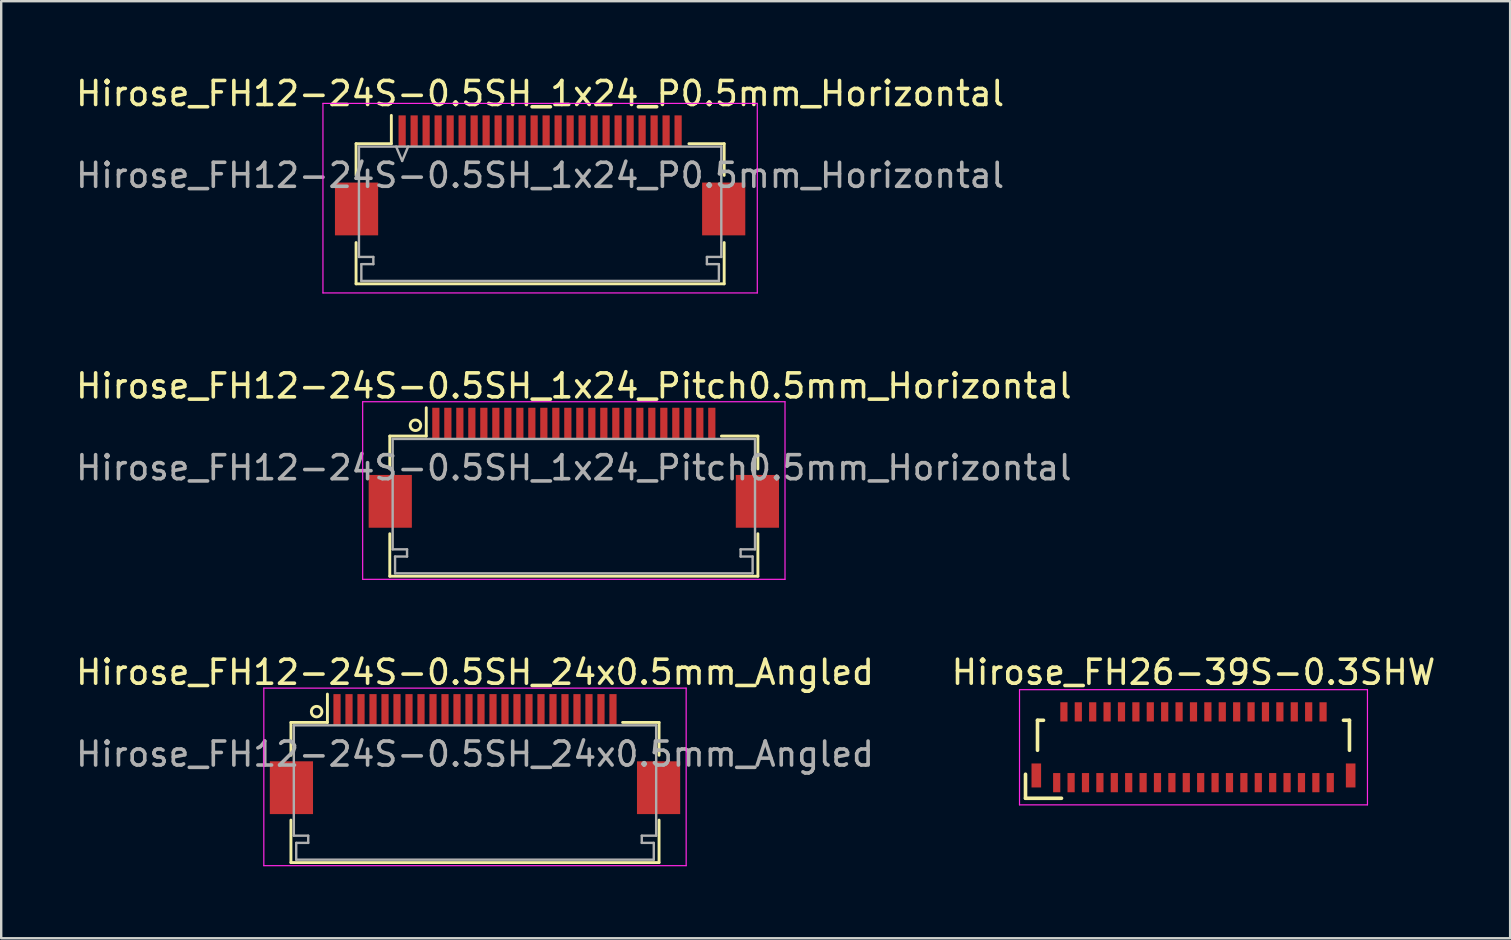
<source format=kicad_pcb>
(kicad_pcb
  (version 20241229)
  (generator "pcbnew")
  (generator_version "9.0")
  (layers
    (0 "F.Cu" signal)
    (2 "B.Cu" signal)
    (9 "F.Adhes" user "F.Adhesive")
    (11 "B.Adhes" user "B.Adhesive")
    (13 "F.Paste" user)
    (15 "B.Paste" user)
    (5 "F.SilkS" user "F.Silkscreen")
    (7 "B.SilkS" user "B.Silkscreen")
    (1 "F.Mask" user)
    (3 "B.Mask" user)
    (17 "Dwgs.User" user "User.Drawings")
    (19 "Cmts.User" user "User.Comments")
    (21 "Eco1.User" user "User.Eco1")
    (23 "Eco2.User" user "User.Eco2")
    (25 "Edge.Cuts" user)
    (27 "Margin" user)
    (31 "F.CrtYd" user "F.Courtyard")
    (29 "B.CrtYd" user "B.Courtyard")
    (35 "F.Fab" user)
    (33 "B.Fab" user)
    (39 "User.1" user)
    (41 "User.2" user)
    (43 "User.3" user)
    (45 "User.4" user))
  (footprint "Hirose_FH12-24S-0.5SH_24x0.5mm_Angled"
    (layer "F.Cu")
    (at 16.744 28.375)
    (property "Reference" "Hirose_FH12-24S-0.5SH_24x0.5mm_Angled" (at 0 -3.41 180) (layer "F.SilkS") (effects (font (size 1 1) (thickness 0.15))))
    (attr smd)
    (fp_line (start -7.67 -1.32) (end -6.15 -1.32) (stroke (width 0.12) (type solid)) (layer "F.SilkS"))
    (fp_line (start -7.67 0.05) (end -7.67 -1.32) (stroke (width 0.12) (type solid)) (layer "F.SilkS"))
    (fp_line (start -7.67 2.75) (end -7.67 4.52) (stroke (width 0.12) (type solid)) (layer "F.SilkS"))
    (fp_line (start -7.67 4.52) (end 7.67 4.52) (stroke (width 0.12) (type solid)) (layer "F.SilkS"))
    (fp_line (start -6.15 -1.32) (end -6.15 -2.5) (stroke (width 0.12) (type solid)) (layer "F.SilkS"))
    (fp_line (start 6.15 -1.32) (end 7.67 -1.32) (stroke (width 0.12) (type solid)) (layer "F.SilkS"))
    (fp_line (start 7.67 -1.32) (end 7.67 0.05) (stroke (width 0.12) (type solid)) (layer "F.SilkS"))
    (fp_line (start 7.67 4.52) (end 7.67 2.75) (stroke (width 0.12) (type solid)) (layer "F.SilkS"))
    (fp_circle (center -6.6 -1.77) (end -6.4 -1.86) (stroke (width 0.12) (type solid)) (fill no) (layer "F.SilkS"))
    (fp_line (start -8.8 -2.75) (end 8.8 -2.75) (stroke (width 0.05) (type solid)) (layer "F.CrtYd"))
    (fp_line (start -8.8 4.65) (end -8.8 -2.75) (stroke (width 0.05) (type solid)) (layer "F.CrtYd"))
    (fp_line (start 8.8 -2.75) (end 8.8 4.65) (stroke (width 0.05) (type solid)) (layer "F.CrtYd"))
    (fp_line (start 8.8 4.65) (end -8.8 4.65) (stroke (width 0.05) (type solid)) (layer "F.CrtYd"))
    (fp_line (start -7.55 -1.2) (end 7.55 -1.2) (stroke (width 0.1) (type solid)) (layer "F.Fab"))
    (fp_line (start -7.55 3.4) (end -7.55 -1.2) (stroke (width 0.1) (type solid)) (layer "F.Fab"))
    (fp_line (start -7.45 3.7) (end -7.45 4.4) (stroke (width 0.1) (type solid)) (layer "F.Fab"))
    (fp_line (start -7.45 3.7) (end -6.95 3.7) (stroke (width 0.1) (type solid)) (layer "F.Fab"))
    (fp_line (start -6.95 3.4) (end -7.55 3.4) (stroke (width 0.1) (type solid)) (layer "F.Fab"))
    (fp_line (start -6.95 3.7) (end -6.95 3.4) (stroke (width 0.1) (type solid)) (layer "F.Fab"))
    (fp_line (start 6.95 3.4) (end 6.95 3.7) (stroke (width 0.1) (type solid)) (layer "F.Fab"))
    (fp_line (start 7.45 3.7) (end 6.95 3.7) (stroke (width 0.1) (type solid)) (layer "F.Fab"))
    (fp_line (start 7.45 3.7) (end 7.45 4.4) (stroke (width 0.1) (type solid)) (layer "F.Fab"))
    (fp_line (start 7.45 4.4) (end -7.45 4.4) (stroke (width 0.1) (type solid)) (layer "F.Fab"))
    (fp_line (start 7.55 -1.2) (end 7.55 3.4) (stroke (width 0.1) (type solid)) (layer "F.Fab"))
    (fp_line (start 7.55 3.4) (end 6.95 3.4) (stroke (width 0.1) (type solid)) (layer "F.Fab"))
    (fp_text user "${REFERENCE}" (at 0 0 0) (layer "F.Fab") (effects (font (size 1 1) (thickness 0.15))))
    (pad "" smd rect (at -7.65 1.4) (size 1.8 2.2) (layers "F.Cu" "F.Mask" "F.Paste"))
    (pad "" smd rect (at 7.65 1.4) (size 1.8 2.2) (layers "F.Cu" "F.Mask" "F.Paste"))
    (pad "1" smd rect (at -5.75 -1.85) (size 0.3 1.3) (layers "F.Cu" "F.Mask" "F.Paste"))
    (pad "2" smd rect (at -5.25 -1.85) (size 0.3 1.3) (layers "F.Cu" "F.Mask" "F.Paste"))
    (pad "3" smd rect (at -4.75 -1.85) (size 0.3 1.3) (layers "F.Cu" "F.Mask" "F.Paste"))
    (pad "4" smd rect (at -4.25 -1.85) (size 0.3 1.3) (layers "F.Cu" "F.Mask" "F.Paste"))
    (pad "5" smd rect (at -3.75 -1.85) (size 0.3 1.3) (layers "F.Cu" "F.Mask" "F.Paste"))
    (pad "6" smd rect (at -3.25 -1.85) (size 0.3 1.3) (layers "F.Cu" "F.Mask" "F.Paste"))
    (pad "7" smd rect (at -2.75 -1.85) (size 0.3 1.3) (layers "F.Cu" "F.Mask" "F.Paste"))
    (pad "8" smd rect (at -2.25 -1.85) (size 0.3 1.3) (layers "F.Cu" "F.Mask" "F.Paste"))
    (pad "9" smd rect (at -1.75 -1.85) (size 0.3 1.3) (layers "F.Cu" "F.Mask" "F.Paste"))
    (pad "10" smd rect (at -1.25 -1.85) (size 0.3 1.3) (layers "F.Cu" "F.Mask" "F.Paste"))
    (pad "11" smd rect (at -0.75 -1.85) (size 0.3 1.3) (layers "F.Cu" "F.Mask" "F.Paste"))
    (pad "12" smd rect (at -0.25 -1.85) (size 0.3 1.3) (layers "F.Cu" "F.Mask" "F.Paste"))
    (pad "13" smd rect (at 0.25 -1.85) (size 0.3 1.3) (layers "F.Cu" "F.Mask" "F.Paste"))
    (pad "14" smd rect (at 0.75 -1.85) (size 0.3 1.3) (layers "F.Cu" "F.Mask" "F.Paste"))
    (pad "15" smd rect (at 1.25 -1.85) (size 0.3 1.3) (layers "F.Cu" "F.Mask" "F.Paste"))
    (pad "16" smd rect (at 1.75 -1.85) (size 0.3 1.3) (layers "F.Cu" "F.Mask" "F.Paste"))
    (pad "17" smd rect (at 2.25 -1.85) (size 0.3 1.3) (layers "F.Cu" "F.Mask" "F.Paste"))
    (pad "18" smd rect (at 2.75 -1.85) (size 0.3 1.3) (layers "F.Cu" "F.Mask" "F.Paste"))
    (pad "19" smd rect (at 3.25 -1.85) (size 0.3 1.3) (layers "F.Cu" "F.Mask" "F.Paste"))
    (pad "20" smd rect (at 3.75 -1.85) (size 0.3 1.3) (layers "F.Cu" "F.Mask" "F.Paste"))
    (pad "21" smd rect (at 4.25 -1.85) (size 0.3 1.3) (layers "F.Cu" "F.Mask" "F.Paste"))
    (pad "22" smd rect (at 4.75 -1.85) (size 0.3 1.3) (layers "F.Cu" "F.Mask" "F.Paste"))
    (pad "23" smd rect (at 5.25 -1.85) (size 0.3 1.3) (layers "F.Cu" "F.Mask" "F.Paste"))
    (pad "24" smd rect (at 5.75 -1.85) (size 0.3 1.3) (layers "F.Cu" "F.Mask" "F.Paste")))
  (footprint "Hirose_FH12-24S-0.5SH_1x24_P0.5mm_Horizontal"
    (layer "F.Cu")
    (at 19.458 4.258)
    (property "Reference" "Hirose_FH12-24S-0.5SH_1x24_P0.5mm_Horizontal" (at 0 -3.41 180) (layer "F.SilkS") (effects (font (size 1 1) (thickness 0.15))))
    (attr smd)
    (fp_line (start -7.67 -1.32) (end -6.2 -1.32) (stroke (width 0.12) (type solid)) (layer "F.SilkS"))
    (fp_line (start -7.67 0) (end -7.67 -1.32) (stroke (width 0.12) (type solid)) (layer "F.SilkS"))
    (fp_line (start -7.67 2.8) (end -7.67 4.52) (stroke (width 0.12) (type solid)) (layer "F.SilkS"))
    (fp_line (start -7.67 4.52) (end 7.67 4.52) (stroke (width 0.12) (type solid)) (layer "F.SilkS"))
    (fp_line (start -6.2 -1.32) (end -6.2 -2.5) (stroke (width 0.12) (type solid)) (layer "F.SilkS"))
    (fp_line (start 6.2 -1.32) (end 7.67 -1.32) (stroke (width 0.12) (type solid)) (layer "F.SilkS"))
    (fp_line (start 7.67 -1.32) (end 7.67 0) (stroke (width 0.12) (type solid)) (layer "F.SilkS"))
    (fp_line (start 7.67 4.52) (end 7.67 2.8) (stroke (width 0.12) (type solid)) (layer "F.SilkS"))
    (fp_line (start -9.05 -3) (end 9.05 -3) (stroke (width 0.05) (type solid)) (layer "F.CrtYd"))
    (fp_line (start -9.05 4.9) (end -9.05 -3) (stroke (width 0.05) (type solid)) (layer "F.CrtYd"))
    (fp_line (start 9.05 -3) (end 9.05 4.9) (stroke (width 0.05) (type solid)) (layer "F.CrtYd"))
    (fp_line (start 9.05 4.9) (end -9.05 4.9) (stroke (width 0.05) (type solid)) (layer "F.CrtYd"))
    (fp_line (start -7.55 -1.2) (end 7.55 -1.2) (stroke (width 0.1) (type solid)) (layer "F.Fab"))
    (fp_line (start -7.55 3.4) (end -7.55 -1.2) (stroke (width 0.1) (type solid)) (layer "F.Fab"))
    (fp_line (start -7.45 3.7) (end -7.45 4.4) (stroke (width 0.1) (type solid)) (layer "F.Fab"))
    (fp_line (start -7.45 3.7) (end -6.95 3.7) (stroke (width 0.1) (type solid)) (layer "F.Fab"))
    (fp_line (start -6.95 3.4) (end -7.55 3.4) (stroke (width 0.1) (type solid)) (layer "F.Fab"))
    (fp_line (start -6.95 3.7) (end -6.95 3.4) (stroke (width 0.1) (type solid)) (layer "F.Fab"))
    (fp_line (start -6 -1.2) (end -5.75 -0.6) (stroke (width 0.1) (type solid)) (layer "F.Fab"))
    (fp_line (start -5.75 -0.6) (end -5.5 -1.2) (stroke (width 0.1) (type solid)) (layer "F.Fab"))
    (fp_line (start 6.95 3.4) (end 6.95 3.7) (stroke (width 0.1) (type solid)) (layer "F.Fab"))
    (fp_line (start 7.45 3.7) (end 6.95 3.7) (stroke (width 0.1) (type solid)) (layer "F.Fab"))
    (fp_line (start 7.45 3.7) (end 7.45 4.4) (stroke (width 0.1) (type solid)) (layer "F.Fab"))
    (fp_line (start 7.45 4.4) (end -7.45 4.4) (stroke (width 0.1) (type solid)) (layer "F.Fab"))
    (fp_line (start 7.55 -1.2) (end 7.55 3.4) (stroke (width 0.1) (type solid)) (layer "F.Fab"))
    (fp_line (start 7.55 3.4) (end 6.95 3.4) (stroke (width 0.1) (type solid)) (layer "F.Fab"))
    (fp_text user "${REFERENCE}" (at 0 0 0) (layer "F.Fab") (effects (font (size 1 1) (thickness 0.15))))
    (pad "" smd rect (at -7.65 1.4) (size 1.8 2.2) (layers "F.Cu" "F.Mask" "F.Paste"))
    (pad "" smd rect (at 7.65 1.4) (size 1.8 2.2) (layers "F.Cu" "F.Mask" "F.Paste"))
    (pad "1" smd rect (at -5.75 -1.85) (size 0.3 1.3) (layers "F.Cu" "F.Mask" "F.Paste"))
    (pad "2" smd rect (at -5.25 -1.85) (size 0.3 1.3) (layers "F.Cu" "F.Mask" "F.Paste"))
    (pad "3" smd rect (at -4.75 -1.85) (size 0.3 1.3) (layers "F.Cu" "F.Mask" "F.Paste"))
    (pad "4" smd rect (at -4.25 -1.85) (size 0.3 1.3) (layers "F.Cu" "F.Mask" "F.Paste"))
    (pad "5" smd rect (at -3.75 -1.85) (size 0.3 1.3) (layers "F.Cu" "F.Mask" "F.Paste"))
    (pad "6" smd rect (at -3.25 -1.85) (size 0.3 1.3) (layers "F.Cu" "F.Mask" "F.Paste"))
    (pad "7" smd rect (at -2.75 -1.85) (size 0.3 1.3) (layers "F.Cu" "F.Mask" "F.Paste"))
    (pad "8" smd rect (at -2.25 -1.85) (size 0.3 1.3) (layers "F.Cu" "F.Mask" "F.Paste"))
    (pad "9" smd rect (at -1.75 -1.85) (size 0.3 1.3) (layers "F.Cu" "F.Mask" "F.Paste"))
    (pad "10" smd rect (at -1.25 -1.85) (size 0.3 1.3) (layers "F.Cu" "F.Mask" "F.Paste"))
    (pad "11" smd rect (at -0.75 -1.85) (size 0.3 1.3) (layers "F.Cu" "F.Mask" "F.Paste"))
    (pad "12" smd rect (at -0.25 -1.85) (size 0.3 1.3) (layers "F.Cu" "F.Mask" "F.Paste"))
    (pad "13" smd rect (at 0.25 -1.85) (size 0.3 1.3) (layers "F.Cu" "F.Mask" "F.Paste"))
    (pad "14" smd rect (at 0.75 -1.85) (size 0.3 1.3) (layers "F.Cu" "F.Mask" "F.Paste"))
    (pad "15" smd rect (at 1.25 -1.85) (size 0.3 1.3) (layers "F.Cu" "F.Mask" "F.Paste"))
    (pad "16" smd rect (at 1.75 -1.85) (size 0.3 1.3) (layers "F.Cu" "F.Mask" "F.Paste"))
    (pad "17" smd rect (at 2.25 -1.85) (size 0.3 1.3) (layers "F.Cu" "F.Mask" "F.Paste"))
    (pad "18" smd rect (at 2.75 -1.85) (size 0.3 1.3) (layers "F.Cu" "F.Mask" "F.Paste"))
    (pad "19" smd rect (at 3.25 -1.85) (size 0.3 1.3) (layers "F.Cu" "F.Mask" "F.Paste"))
    (pad "20" smd rect (at 3.75 -1.85) (size 0.3 1.3) (layers "F.Cu" "F.Mask" "F.Paste"))
    (pad "21" smd rect (at 4.25 -1.85) (size 0.3 1.3) (layers "F.Cu" "F.Mask" "F.Paste"))
    (pad "22" smd rect (at 4.75 -1.85) (size 0.3 1.3) (layers "F.Cu" "F.Mask" "F.Paste"))
    (pad "23" smd rect (at 5.25 -1.85) (size 0.3 1.3) (layers "F.Cu" "F.Mask" "F.Paste"))
    (pad "24" smd rect (at 5.75 -1.85) (size 0.3 1.3) (layers "F.Cu" "F.Mask" "F.Paste")))
  (footprint "Hirose_FH12-24S-0.5SH_1x24_Pitch0.5mm_Horizontal"
    (layer "F.Cu")
    (at 20.863 16.442)
    (property "Reference" "Hirose_FH12-24S-0.5SH_1x24_Pitch0.5mm_Horizontal" (at 0 -3.41 180) (layer "F.SilkS") (effects (font (size 1 1) (thickness 0.15))))
    (attr smd)
    (fp_line (start -7.67 -1.32) (end -6.15 -1.32) (stroke (width 0.12) (type solid)) (layer "F.SilkS"))
    (fp_line (start -7.67 0.05) (end -7.67 -1.32) (stroke (width 0.12) (type solid)) (layer "F.SilkS"))
    (fp_line (start -7.67 2.75) (end -7.67 4.52) (stroke (width 0.12) (type solid)) (layer "F.SilkS"))
    (fp_line (start -7.67 4.52) (end 7.67 4.52) (stroke (width 0.12) (type solid)) (layer "F.SilkS"))
    (fp_line (start -6.15 -1.32) (end -6.15 -2.5) (stroke (width 0.12) (type solid)) (layer "F.SilkS"))
    (fp_line (start 6.15 -1.32) (end 7.67 -1.32) (stroke (width 0.12) (type solid)) (layer "F.SilkS"))
    (fp_line (start 7.67 -1.32) (end 7.67 0.05) (stroke (width 0.12) (type solid)) (layer "F.SilkS"))
    (fp_line (start 7.67 4.52) (end 7.67 2.75) (stroke (width 0.12) (type solid)) (layer "F.SilkS"))
    (fp_circle (center -6.6 -1.77) (end -6.4 -1.86) (stroke (width 0.12) (type solid)) (fill no) (layer "F.SilkS"))
    (fp_line (start -8.8 -2.75) (end 8.8 -2.75) (stroke (width 0.05) (type solid)) (layer "F.CrtYd"))
    (fp_line (start -8.8 4.65) (end -8.8 -2.75) (stroke (width 0.05) (type solid)) (layer "F.CrtYd"))
    (fp_line (start 8.8 -2.75) (end 8.8 4.65) (stroke (width 0.05) (type solid)) (layer "F.CrtYd"))
    (fp_line (start 8.8 4.65) (end -8.8 4.65) (stroke (width 0.05) (type solid)) (layer "F.CrtYd"))
    (fp_line (start -7.55 -1.2) (end 7.55 -1.2) (stroke (width 0.1) (type solid)) (layer "F.Fab"))
    (fp_line (start -7.55 3.4) (end -7.55 -1.2) (stroke (width 0.1) (type solid)) (layer "F.Fab"))
    (fp_line (start -7.45 3.7) (end -7.45 4.4) (stroke (width 0.1) (type solid)) (layer "F.Fab"))
    (fp_line (start -7.45 3.7) (end -6.95 3.7) (stroke (width 0.1) (type solid)) (layer "F.Fab"))
    (fp_line (start -6.95 3.4) (end -7.55 3.4) (stroke (width 0.1) (type solid)) (layer "F.Fab"))
    (fp_line (start -6.95 3.7) (end -6.95 3.4) (stroke (width 0.1) (type solid)) (layer "F.Fab"))
    (fp_line (start 6.95 3.4) (end 6.95 3.7) (stroke (width 0.1) (type solid)) (layer "F.Fab"))
    (fp_line (start 7.45 3.7) (end 6.95 3.7) (stroke (width 0.1) (type solid)) (layer "F.Fab"))
    (fp_line (start 7.45 3.7) (end 7.45 4.4) (stroke (width 0.1) (type solid)) (layer "F.Fab"))
    (fp_line (start 7.45 4.4) (end -7.45 4.4) (stroke (width 0.1) (type solid)) (layer "F.Fab"))
    (fp_line (start 7.55 -1.2) (end 7.55 3.4) (stroke (width 0.1) (type solid)) (layer "F.Fab"))
    (fp_line (start 7.55 3.4) (end 6.95 3.4) (stroke (width 0.1) (type solid)) (layer "F.Fab"))
    (fp_text user "${REFERENCE}" (at 0 0 0) (layer "F.Fab") (effects (font (size 1 1) (thickness 0.15))))
    (pad "" smd rect (at -7.65 1.4) (size 1.8 2.2) (layers "F.Cu" "F.Mask" "F.Paste"))
    (pad "" smd rect (at 7.65 1.4) (size 1.8 2.2) (layers "F.Cu" "F.Mask" "F.Paste"))
    (pad "1" smd rect (at -5.75 -1.85) (size 0.3 1.3) (layers "F.Cu" "F.Mask" "F.Paste"))
    (pad "2" smd rect (at -5.25 -1.85) (size 0.3 1.3) (layers "F.Cu" "F.Mask" "F.Paste"))
    (pad "3" smd rect (at -4.75 -1.85) (size 0.3 1.3) (layers "F.Cu" "F.Mask" "F.Paste"))
    (pad "4" smd rect (at -4.25 -1.85) (size 0.3 1.3) (layers "F.Cu" "F.Mask" "F.Paste"))
    (pad "5" smd rect (at -3.75 -1.85) (size 0.3 1.3) (layers "F.Cu" "F.Mask" "F.Paste"))
    (pad "6" smd rect (at -3.25 -1.85) (size 0.3 1.3) (layers "F.Cu" "F.Mask" "F.Paste"))
    (pad "7" smd rect (at -2.75 -1.85) (size 0.3 1.3) (layers "F.Cu" "F.Mask" "F.Paste"))
    (pad "8" smd rect (at -2.25 -1.85) (size 0.3 1.3) (layers "F.Cu" "F.Mask" "F.Paste"))
    (pad "9" smd rect (at -1.75 -1.85) (size 0.3 1.3) (layers "F.Cu" "F.Mask" "F.Paste"))
    (pad "10" smd rect (at -1.25 -1.85) (size 0.3 1.3) (layers "F.Cu" "F.Mask" "F.Paste"))
    (pad "11" smd rect (at -0.75 -1.85) (size 0.3 1.3) (layers "F.Cu" "F.Mask" "F.Paste"))
    (pad "12" smd rect (at -0.25 -1.85) (size 0.3 1.3) (layers "F.Cu" "F.Mask" "F.Paste"))
    (pad "13" smd rect (at 0.25 -1.85) (size 0.3 1.3) (layers "F.Cu" "F.Mask" "F.Paste"))
    (pad "14" smd rect (at 0.75 -1.85) (size 0.3 1.3) (layers "F.Cu" "F.Mask" "F.Paste"))
    (pad "15" smd rect (at 1.25 -1.85) (size 0.3 1.3) (layers "F.Cu" "F.Mask" "F.Paste"))
    (pad "16" smd rect (at 1.75 -1.85) (size 0.3 1.3) (layers "F.Cu" "F.Mask" "F.Paste"))
    (pad "17" smd rect (at 2.25 -1.85) (size 0.3 1.3) (layers "F.Cu" "F.Mask" "F.Paste"))
    (pad "18" smd rect (at 2.75 -1.85) (size 0.3 1.3) (layers "F.Cu" "F.Mask" "F.Paste"))
    (pad "19" smd rect (at 3.25 -1.85) (size 0.3 1.3) (layers "F.Cu" "F.Mask" "F.Paste"))
    (pad "20" smd rect (at 3.75 -1.85) (size 0.3 1.3) (layers "F.Cu" "F.Mask" "F.Paste"))
    (pad "21" smd rect (at 4.25 -1.85) (size 0.3 1.3) (layers "F.Cu" "F.Mask" "F.Paste"))
    (pad "22" smd rect (at 4.75 -1.85) (size 0.3 1.3) (layers "F.Cu" "F.Mask" "F.Paste"))
    (pad "23" smd rect (at 5.25 -1.85) (size 0.3 1.3) (layers "F.Cu" "F.Mask" "F.Paste"))
    (pad "24" smd rect (at 5.75 -1.85) (size 0.3 1.3) (layers "F.Cu" "F.Mask" "F.Paste")))
  (footprint "Hirose_FH26-39S-0.3SHW"
    (layer "F.Cu")
    (at 46.685 28.09)
    (property "Reference" "Hirose_FH26-39S-0.3SHW" (at 0 -3.125 0) (layer "F.SilkS") (effects (font (size 1 1) (thickness 0.15))))
    (attr smd)
    (fp_line (start -7 1.125) (end -7 2.125) (stroke (width 0.15) (type solid)) (layer "F.SilkS"))
    (fp_line (start -7 2.125) (end -5.5 2.125) (stroke (width 0.15) (type solid)) (layer "F.SilkS"))
    (fp_line (start -6.5 -1.125) (end -6.5 0.125) (stroke (width 0.15) (type solid)) (layer "F.SilkS"))
    (fp_line (start -6.25 -1.125) (end -6.5 -1.125) (stroke (width 0.15) (type solid)) (layer "F.SilkS"))
    (fp_line (start 6.25 -1.125) (end 6.5 -1.125) (stroke (width 0.15) (type solid)) (layer "F.SilkS"))
    (fp_line (start 6.5 -1.125) (end 6.5 0.125) (stroke (width 0.15) (type solid)) (layer "F.SilkS"))
    (fp_line (start -7.25 -2.4) (end -7.25 2.4) (stroke (width 0.05) (type solid)) (layer "F.CrtYd"))
    (fp_line (start -7.25 2.4) (end 7.25 2.4) (stroke (width 0.05) (type solid)) (layer "F.CrtYd"))
    (fp_line (start 7.25 -2.4) (end -7.25 -2.4) (stroke (width 0.05) (type solid)) (layer "F.CrtYd"))
    (fp_line (start 7.25 2.4) (end 7.25 -2.4) (stroke (width 0.05) (type solid)) (layer "F.CrtYd"))
    (pad "" smd rect (at -6.55 1.175) (size 0.4 1) (layers "F.Cu" "F.Mask" "F.Paste"))
    (pad "" smd rect (at 6.55 1.175) (size 0.4 1) (layers "F.Cu" "F.Mask" "F.Paste"))
    (pad "1" smd rect (at -5.7 1.475) (size 0.3 0.8) (layers "F.Cu" "F.Mask" "F.Paste"))
    (pad "2" smd rect (at -5.4 -1.475) (size 0.3 0.8) (layers "F.Cu" "F.Mask" "F.Paste"))
    (pad "3" smd rect (at -5.1 1.475) (size 0.3 0.8) (layers "F.Cu" "F.Mask" "F.Paste"))
    (pad "4" smd rect (at -4.8 -1.475) (size 0.3 0.8) (layers "F.Cu" "F.Mask" "F.Paste"))
    (pad "5" smd rect (at -4.5 1.475) (size 0.3 0.8) (layers "F.Cu" "F.Mask" "F.Paste"))
    (pad "6" smd rect (at -4.2 -1.475) (size 0.3 0.8) (layers "F.Cu" "F.Mask" "F.Paste"))
    (pad "7" smd rect (at -3.9 1.475) (size 0.3 0.8) (layers "F.Cu" "F.Mask" "F.Paste"))
    (pad "8" smd rect (at -3.6 -1.475) (size 0.3 0.8) (layers "F.Cu" "F.Mask" "F.Paste"))
    (pad "9" smd rect (at -3.3 1.475) (size 0.3 0.8) (layers "F.Cu" "F.Mask" "F.Paste"))
    (pad "10" smd rect (at -3 -1.475) (size 0.3 0.8) (layers "F.Cu" "F.Mask" "F.Paste"))
    (pad "11" smd rect (at -2.7 1.475) (size 0.3 0.8) (layers "F.Cu" "F.Mask" "F.Paste"))
    (pad "12" smd rect (at -2.4 -1.475) (size 0.3 0.8) (layers "F.Cu" "F.Mask" "F.Paste"))
    (pad "13" smd rect (at -2.1 1.475) (size 0.3 0.8) (layers "F.Cu" "F.Mask" "F.Paste"))
    (pad "14" smd rect (at -1.8 -1.475) (size 0.3 0.8) (layers "F.Cu" "F.Mask" "F.Paste"))
    (pad "15" smd rect (at -1.5 1.475) (size 0.3 0.8) (layers "F.Cu" "F.Mask" "F.Paste"))
    (pad "16" smd rect (at -1.2 -1.475) (size 0.3 0.8) (layers "F.Cu" "F.Mask" "F.Paste"))
    (pad "17" smd rect (at -0.9 1.475) (size 0.3 0.8) (layers "F.Cu" "F.Mask" "F.Paste"))
    (pad "18" smd rect (at -0.6 -1.475) (size 0.3 0.8) (layers "F.Cu" "F.Mask" "F.Paste"))
    (pad "19" smd rect (at -0.3 1.475) (size 0.3 0.8) (layers "F.Cu" "F.Mask" "F.Paste"))
    (pad "20" smd rect (at 0 -1.475) (size 0.3 0.8) (layers "F.Cu" "F.Mask" "F.Paste"))
    (pad "21" smd rect (at 0.3 1.475) (size 0.3 0.8) (layers "F.Cu" "F.Mask" "F.Paste"))
    (pad "22" smd rect (at 0.6 -1.475) (size 0.3 0.8) (layers "F.Cu" "F.Mask" "F.Paste"))
    (pad "23" smd rect (at 0.9 1.475) (size 0.3 0.8) (layers "F.Cu" "F.Mask" "F.Paste"))
    (pad "24" smd rect (at 1.2 -1.475) (size 0.3 0.8) (layers "F.Cu" "F.Mask" "F.Paste"))
    (pad "25" smd rect (at 1.5 1.475) (size 0.3 0.8) (layers "F.Cu" "F.Mask" "F.Paste"))
    (pad "26" smd rect (at 1.8 -1.475) (size 0.3 0.8) (layers "F.Cu" "F.Mask" "F.Paste"))
    (pad "27" smd rect (at 2.1 1.475) (size 0.3 0.8) (layers "F.Cu" "F.Mask" "F.Paste"))
    (pad "28" smd rect (at 2.4 -1.475) (size 0.3 0.8) (layers "F.Cu" "F.Mask" "F.Paste"))
    (pad "29" smd rect (at 2.7 1.475) (size 0.3 0.8) (layers "F.Cu" "F.Mask" "F.Paste"))
    (pad "30" smd rect (at 3 -1.475) (size 0.3 0.8) (layers "F.Cu" "F.Mask" "F.Paste"))
    (pad "31" smd rect (at 3.3 1.475) (size 0.3 0.8) (layers "F.Cu" "F.Mask" "F.Paste"))
    (pad "32" smd rect (at 3.6 -1.475) (size 0.3 0.8) (layers "F.Cu" "F.Mask" "F.Paste"))
    (pad "33" smd rect (at 3.9 1.475) (size 0.3 0.8) (layers "F.Cu" "F.Mask" "F.Paste"))
    (pad "34" smd rect (at 4.2 -1.475) (size 0.3 0.8) (layers "F.Cu" "F.Mask" "F.Paste"))
    (pad "35" smd rect (at 4.5 1.475) (size 0.3 0.8) (layers "F.Cu" "F.Mask" "F.Paste"))
    (pad "36" smd rect (at 4.8 -1.475) (size 0.3 0.8) (layers "F.Cu" "F.Mask" "F.Paste"))
    (pad "37" smd rect (at 5.1 1.475) (size 0.3 0.8) (layers "F.Cu" "F.Mask" "F.Paste"))
    (pad "38" smd rect (at 5.4 -1.475) (size 0.3 0.8) (layers "F.Cu" "F.Mask" "F.Paste"))
    (pad "39" smd rect (at 5.7 1.475) (size 0.3 0.8) (layers "F.Cu" "F.Mask" "F.Paste")))
  (gr_rect
    (start -3 -3)
    (end 59.881 36.05)
    (stroke (width 0.1) (type default))
    (fill no)
    (layer "Edge.Cuts")))
</source>
